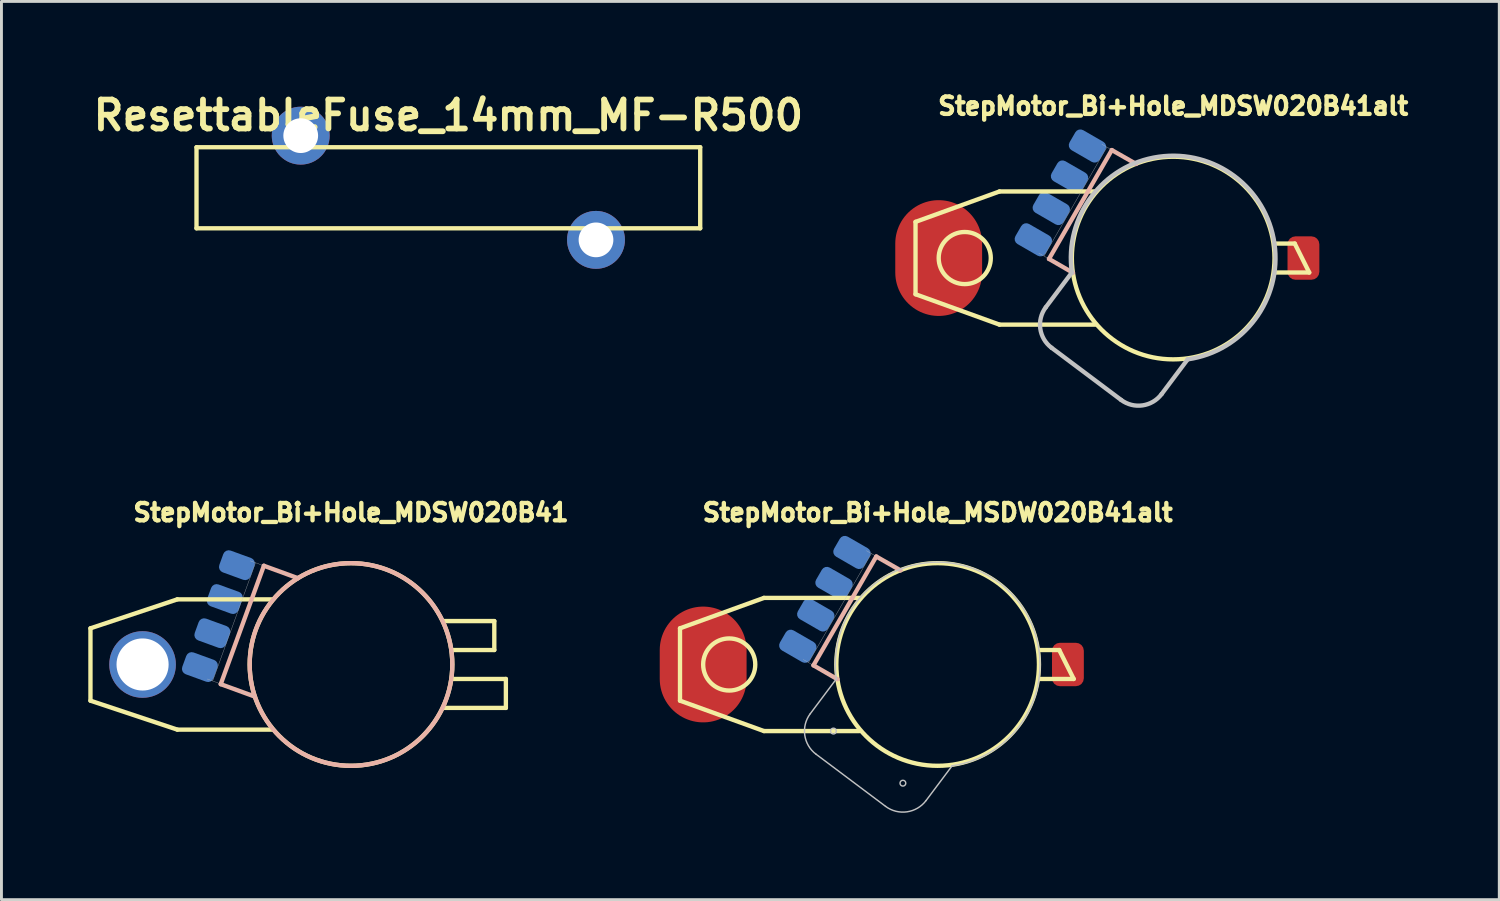
<source format=kicad_pcb>
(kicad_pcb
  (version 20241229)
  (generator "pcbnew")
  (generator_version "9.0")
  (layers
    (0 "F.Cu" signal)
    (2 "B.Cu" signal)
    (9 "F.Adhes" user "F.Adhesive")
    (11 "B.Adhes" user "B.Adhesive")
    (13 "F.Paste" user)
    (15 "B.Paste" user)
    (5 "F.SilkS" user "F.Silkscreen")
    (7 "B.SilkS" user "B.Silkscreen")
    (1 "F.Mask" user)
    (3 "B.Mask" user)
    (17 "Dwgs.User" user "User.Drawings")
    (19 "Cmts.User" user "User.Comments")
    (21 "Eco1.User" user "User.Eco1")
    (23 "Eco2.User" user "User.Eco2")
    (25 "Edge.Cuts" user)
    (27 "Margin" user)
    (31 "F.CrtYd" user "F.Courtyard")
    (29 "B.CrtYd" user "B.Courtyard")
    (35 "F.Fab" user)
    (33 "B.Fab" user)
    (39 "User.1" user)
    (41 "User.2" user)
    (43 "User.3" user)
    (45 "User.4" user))
  (footprint "StepMotor_Bi+Hole_MDSW020B41alt"
    (layer "F.Cu")
    (at 37.476 5.864)
    (property "Reference" "StepMotor_Bi+Hole_MDSW020B41alt" (at 0 -5.25 0) (layer "F.SilkS") (effects (font (size 0.6 0.6) (thickness 0.15))))
    (attr through_hole)
    (fp_line (start -8.9 -1.25) (end -8.9 1.25) (stroke (width 0.15) (type solid)) (layer "F.SilkS"))
    (fp_line (start -8.9 1.25) (end -6 2.3) (stroke (width 0.15) (type solid)) (layer "F.SilkS"))
    (fp_line (start -6 -2.3) (end -8.9 -1.25) (stroke (width 0.15) (type solid)) (layer "F.SilkS"))
    (fp_line (start -2.7 -2.3) (end -6 -2.3) (stroke (width 0.15) (type solid)) (layer "F.SilkS"))
    (fp_line (start -2.7 2.3) (end -6 2.3) (stroke (width 0.15) (type solid)) (layer "F.SilkS"))
    (fp_line (start 4.2 -0.5) (end 3.5 -0.5) (stroke (width 0.15) (type solid)) (layer "F.SilkS"))
    (fp_line (start 4.2 -0.5) (end 4.7 0.5) (stroke (width 0.15) (type solid)) (layer "F.SilkS"))
    (fp_line (start 4.7 0.5) (end 3.5 0.5) (stroke (width 0.15) (type solid)) (layer "F.SilkS"))
    (fp_circle (center -7.2 0) (end -6.3 0) (stroke (width 0.15) (type solid)) (fill no) (layer "F.SilkS"))
    (fp_circle (center 0 0) (end 3.5 0) (stroke (width 0.15) (type solid)) (fill no) (layer "F.SilkS"))
    (fp_line (start -4.29 0.03) (end -3.46 0.51) (stroke (width 0.15) (type solid)) (layer "B.SilkS"))
    (fp_line (start -2.12 -3.73) (end -4.29 0.03) (stroke (width 0.15) (type solid)) (layer "B.SilkS"))
    (fp_line (start -2.12 -3.73) (end -1.28 -3.25) (stroke (width 0.15) (type solid)) (layer "B.SilkS"))
    (fp_line (start -4.64 -0.17) (end -3.46 0.51) (stroke (width 0.01) (type solid)) (layer "Dwgs.User"))
    (fp_line (start -3.5 0.5) (end -4.4 1.7) (stroke (width 0.15) (type solid)) (layer "Dwgs.User"))
    (fp_line (start -2.46 -3.93) (end -1.28 -3.25) (stroke (width 0.01) (type solid)) (layer "Dwgs.User"))
    (fp_line (start -2.29 -3.83) (end -4.46 -0.07) (stroke (width 0.01) (type solid)) (layer "Dwgs.User"))
    (fp_line (start -1.8 4.9) (end -4.2 3.1) (stroke (width 0.15) (type solid)) (layer "Dwgs.User"))
    (fp_line (start 0.5 3.5) (end -0.4 4.7) (stroke (width 0.15) (type solid)) (layer "Dwgs.User"))
    (fp_arc (start -4.2 3.1) (mid -4.589949 2.441421) (end -4.4 1.7) (stroke (width 0.15) (type solid)) (layer "Dwgs.User"))
    (fp_arc (start -3.5 0.5) (mid 2.12132 -2.828427) (end 0.5 3.5) (stroke (width 0.15) (type solid)) (layer "Dwgs.User"))
    (fp_arc (start -0.4 4.7) (mid -1.058579 5.089949) (end -1.8 4.9) (stroke (width 0.15) (type solid)) (layer "Dwgs.User"))
    (pad "A1" smd roundrect (at -2.96 -3.87 330) (size 1.2 0.8) (layers "B.Cu" "B.Mask" "B.Paste") (roundrect_rratio 0.25))
    (pad "A2" smd roundrect (at -4.21 -1.71 330) (size 1.2 0.8) (layers "B.Cu" "B.Mask" "B.Paste") (roundrect_rratio 0.25))
    (pad "B1" smd roundrect (at -3.58 -2.8 330) (size 1.2 0.8) (layers "B.Cu" "B.Mask" "B.Paste") (roundrect_rratio 0.25))
    (pad "B2" smd roundrect (at -4.83 -0.63 330) (size 1.2 0.8) (layers "B.Cu" "B.Mask" "B.Paste") (roundrect_rratio 0.25))
    (pad "H" smd oval (at -8.1 0) (size 3 4) (layers "F.Cu" "F.Mask" "F.Paste"))
    (pad "H" smd roundrect (at 4.5 0) (size 1.1 1.5) (layers "F.Cu" "F.Mask" "F.Paste") (roundrect_rratio 0.25)))
  (footprint "ResettableFuse_14mm_MF-R500"
    (layer "F.Cu")
    (at 12.438 3.436)
    (property "Reference" "ResettableFuse_14mm_MF-R500" (at 0 -2.5 0) (layer "F.SilkS") (effects (font (size 1 1) (thickness 0.2))))
    (attr through_hole)
    (fp_line (start -8.7 -1.4) (end 8.7 -1.4) (stroke (width 0.15) (type solid)) (layer "F.SilkS"))
    (fp_line (start -8.7 1.4) (end -8.7 -1.4) (stroke (width 0.15) (type solid)) (layer "F.SilkS"))
    (fp_line (start 8.7 1.4) (end -8.7 1.4) (stroke (width 0.15) (type solid)) (layer "F.SilkS"))
    (fp_line (start 8.7 1.4) (end 8.7 -1.4) (stroke (width 0.15) (type solid)) (layer "F.SilkS"))
    (pad "1" thru_hole circle (at -5.1 -1.8) (size 2 2) (drill 1.2) (layers "*.Cu" "*.Mask"))
    (pad "2" thru_hole circle (at 5.1 1.8) (size 2 2) (drill 1.2) (layers "*.Cu" "*.Mask")))
  (footprint "StepMotor_Bi+Hole_MSDW020B41alt"
    (layer "F.Cu")
    (at 29.34 19.904)
    (property "Reference" "StepMotor_Bi+Hole_MSDW020B41alt" (at 0 -5.25 0) (layer "F.SilkS") (effects (font (size 0.6 0.6) (thickness 0.15))))
    (attr through_hole)
    (fp_line (start -8.9 -1.25) (end -8.9 1.25) (stroke (width 0.15) (type solid)) (layer "F.SilkS"))
    (fp_line (start -8.9 1.25) (end -6 2.3) (stroke (width 0.15) (type solid)) (layer "F.SilkS"))
    (fp_line (start -6 -2.3) (end -8.9 -1.25) (stroke (width 0.15) (type solid)) (layer "F.SilkS"))
    (fp_line (start -2.7 -2.3) (end -6 -2.3) (stroke (width 0.15) (type solid)) (layer "F.SilkS"))
    (fp_line (start -2.7 2.3) (end -6 2.3) (stroke (width 0.15) (type solid)) (layer "F.SilkS"))
    (fp_line (start 4.2 -0.5) (end 3.5 -0.5) (stroke (width 0.15) (type solid)) (layer "F.SilkS"))
    (fp_line (start 4.2 -0.5) (end 4.7 0.5) (stroke (width 0.15) (type solid)) (layer "F.SilkS"))
    (fp_line (start 4.7 0.5) (end 3.5 0.5) (stroke (width 0.15) (type solid)) (layer "F.SilkS"))
    (fp_circle (center -7.2 0) (end -6.3 0) (stroke (width 0.15) (type solid)) (fill no) (layer "F.SilkS"))
    (fp_circle (center 0 0) (end 3.5 0) (stroke (width 0.15) (type solid)) (fill no) (layer "F.SilkS"))
    (fp_line (start -4.29 0.03) (end -3.46 0.51) (stroke (width 0.15) (type solid)) (layer "B.SilkS"))
    (fp_line (start -2.12 -3.73) (end -4.29 0.03) (stroke (width 0.15) (type solid)) (layer "B.SilkS"))
    (fp_line (start -2.12 -3.73) (end -1.28 -3.25) (stroke (width 0.15) (type solid)) (layer "B.SilkS"))
    (fp_line (start -4.64 -0.17) (end -3.46 0.51) (stroke (width 0.01) (type solid)) (layer "Dwgs.User"))
    (fp_line (start -3.5 0.5) (end -4.4 1.7) (stroke (width 0.05) (type solid)) (layer "Dwgs.User"))
    (fp_line (start -2.46 -3.93) (end -1.28 -3.25) (stroke (width 0.01) (type solid)) (layer "Dwgs.User"))
    (fp_line (start -2.29 -3.83) (end -4.46 -0.07) (stroke (width 0.01) (type solid)) (layer "Dwgs.User"))
    (fp_line (start -1.8 4.9) (end -4.2 3.1) (stroke (width 0.05) (type solid)) (layer "Dwgs.User"))
    (fp_line (start 0.5 3.5) (end -0.4 4.7) (stroke (width 0.05) (type solid)) (layer "Dwgs.User"))
    (fp_arc (start -4.2 3.1) (mid -4.589949 2.441421) (end -4.4 1.7) (stroke (width 0.05) (type solid)) (layer "Dwgs.User"))
    (fp_arc (start -3.5 0.5) (mid 2.12132 -2.828427) (end 0.5 3.5) (stroke (width 0.05) (type solid)) (layer "Dwgs.User"))
    (fp_arc (start -0.4 4.7) (mid -1.058579 5.089949) (end -1.8 4.9) (stroke (width 0.05) (type solid)) (layer "Dwgs.User"))
    (fp_circle (center -3.6 2.3) (end -3.5 2.3) (stroke (width 0.05) (type solid)) (fill no) (layer "Dwgs.User"))
    (fp_circle (center -1.2 4.1) (end -1.1 4.1) (stroke (width 0.05) (type solid)) (fill no) (layer "Dwgs.User"))
    (pad "A1" smd roundrect (at -2.96 -3.87 330) (size 1.2 0.8) (layers "B.Cu" "B.Mask" "B.Paste") (roundrect_rratio 0.25))
    (pad "A2" smd roundrect (at -4.21 -1.71 330) (size 1.2 0.8) (layers "B.Cu" "B.Mask" "B.Paste") (roundrect_rratio 0.25))
    (pad "B1" smd roundrect (at -3.58 -2.8 330) (size 1.2 0.8) (layers "B.Cu" "B.Mask" "B.Paste") (roundrect_rratio 0.25))
    (pad "B2" smd roundrect (at -4.83 -0.63 330) (size 1.2 0.8) (layers "B.Cu" "B.Mask" "B.Paste") (roundrect_rratio 0.25))
    (pad "H" smd oval (at -8.1 0) (size 3 4) (layers "F.Cu" "F.Mask" "F.Paste"))
    (pad "H" smd roundrect (at 4.5 0) (size 1.1 1.5) (layers "F.Cu" "F.Mask" "F.Paste") (roundrect_rratio 0.25)))
  (footprint "StepMotor_Bi+Hole_MDSW020B41"
    (layer "F.Cu")
    (at 9.075 19.904)
    (property "Reference" "StepMotor_Bi+Hole_MDSW020B41" (at 0 -5.25 0) (layer "F.SilkS") (effects (font (size 0.6 0.6) (thickness 0.15))))
    (attr through_hole)
    (fp_line (start -9 -1.25) (end -9 1.25) (stroke (width 0.15) (type solid)) (layer "F.SilkS"))
    (fp_line (start -9 1.25) (end -6 2.25) (stroke (width 0.15) (type solid)) (layer "F.SilkS"))
    (fp_line (start -6 -2.25) (end -9 -1.25) (stroke (width 0.15) (type solid)) (layer "F.SilkS"))
    (fp_line (start -2.7 -2.25) (end -6 -2.25) (stroke (width 0.15) (type solid)) (layer "F.SilkS"))
    (fp_line (start -2.7 2.25) (end -6 2.25) (stroke (width 0.15) (type solid)) (layer "F.SilkS"))
    (fp_line (start 4.95 -1.5) (end 3.2 -1.5) (stroke (width 0.15) (type solid)) (layer "F.SilkS"))
    (fp_line (start 4.95 -1.5) (end 4.95 -0.5) (stroke (width 0.15) (type solid)) (layer "F.SilkS"))
    (fp_line (start 4.95 -0.5) (end 3.5 -0.5) (stroke (width 0.15) (type solid)) (layer "F.SilkS"))
    (fp_line (start 5.35 0.5) (end 3.5 0.5) (stroke (width 0.15) (type solid)) (layer "F.SilkS"))
    (fp_line (start 5.35 0.5) (end 5.35 1.5) (stroke (width 0.15) (type solid)) (layer "F.SilkS"))
    (fp_line (start 5.35 1.5) (end 3.2 1.5) (stroke (width 0.15) (type solid)) (layer "F.SilkS"))
    (fp_circle (center 0 0) (end 3.5 0) (stroke (width 0.15) (type solid)) (fill no) (layer "F.SilkS"))
    (fp_line (start -4.5 0.68) (end -3.32 1.11) (stroke (width 0.15) (type solid)) (layer "B.SilkS"))
    (fp_line (start -3.01 -3.41) (end -4.5 0.68) (stroke (width 0.15) (type solid)) (layer "B.SilkS"))
    (fp_line (start -3.01 -3.41) (end -1.83 -2.98) (stroke (width 0.15) (type solid)) (layer "B.SilkS"))
    (fp_circle (center 0 0) (end 3.5 0) (stroke (width 0.15) (type solid)) (fill no) (layer "B.SilkS"))
    (fp_line (start -4.97 0.5) (end -3.32 1.11) (stroke (width 0.01) (type solid)) (layer "Dwgs.User"))
    (fp_line (start -3.48 -3.58) (end -1.83 -2.98) (stroke (width 0.01) (type solid)) (layer "Dwgs.User"))
    (fp_line (start -3.3 -3.51) (end -4.78 0.57) (stroke (width 0.01) (type solid)) (layer "Dwgs.User"))
    (pad "A1" smd roundrect (at -3.94 -3.43 340) (size 1.15 0.8) (layers "B.Cu" "B.Mask" "B.Paste") (roundrect_rratio 0.25))
    (pad "A2" smd roundrect (at -4.79 -1.08 340) (size 1.15 0.8) (layers "B.Cu" "B.Mask" "B.Paste") (roundrect_rratio 0.25))
    (pad "B1" smd roundrect (at -4.36 -2.26 340) (size 1.15 0.8) (layers "B.Cu" "B.Mask" "B.Paste") (roundrect_rratio 0.25))
    (pad "B2" smd roundrect (at -5.22 0.09 340) (size 1.15 0.8) (layers "B.Cu" "B.Mask" "B.Paste") (roundrect_rratio 0.25))
    (pad "H" thru_hole circle (at -7.2 0) (size 2.3 2.3) (drill 1.8) (layers "*.Cu" "*.Mask")))
  (gr_rect
    (start -3 -3)
    (end 48.741 28.028)
    (stroke (width 0.1) (type default))
    (fill no)
    (layer "Edge.Cuts")))
</source>
